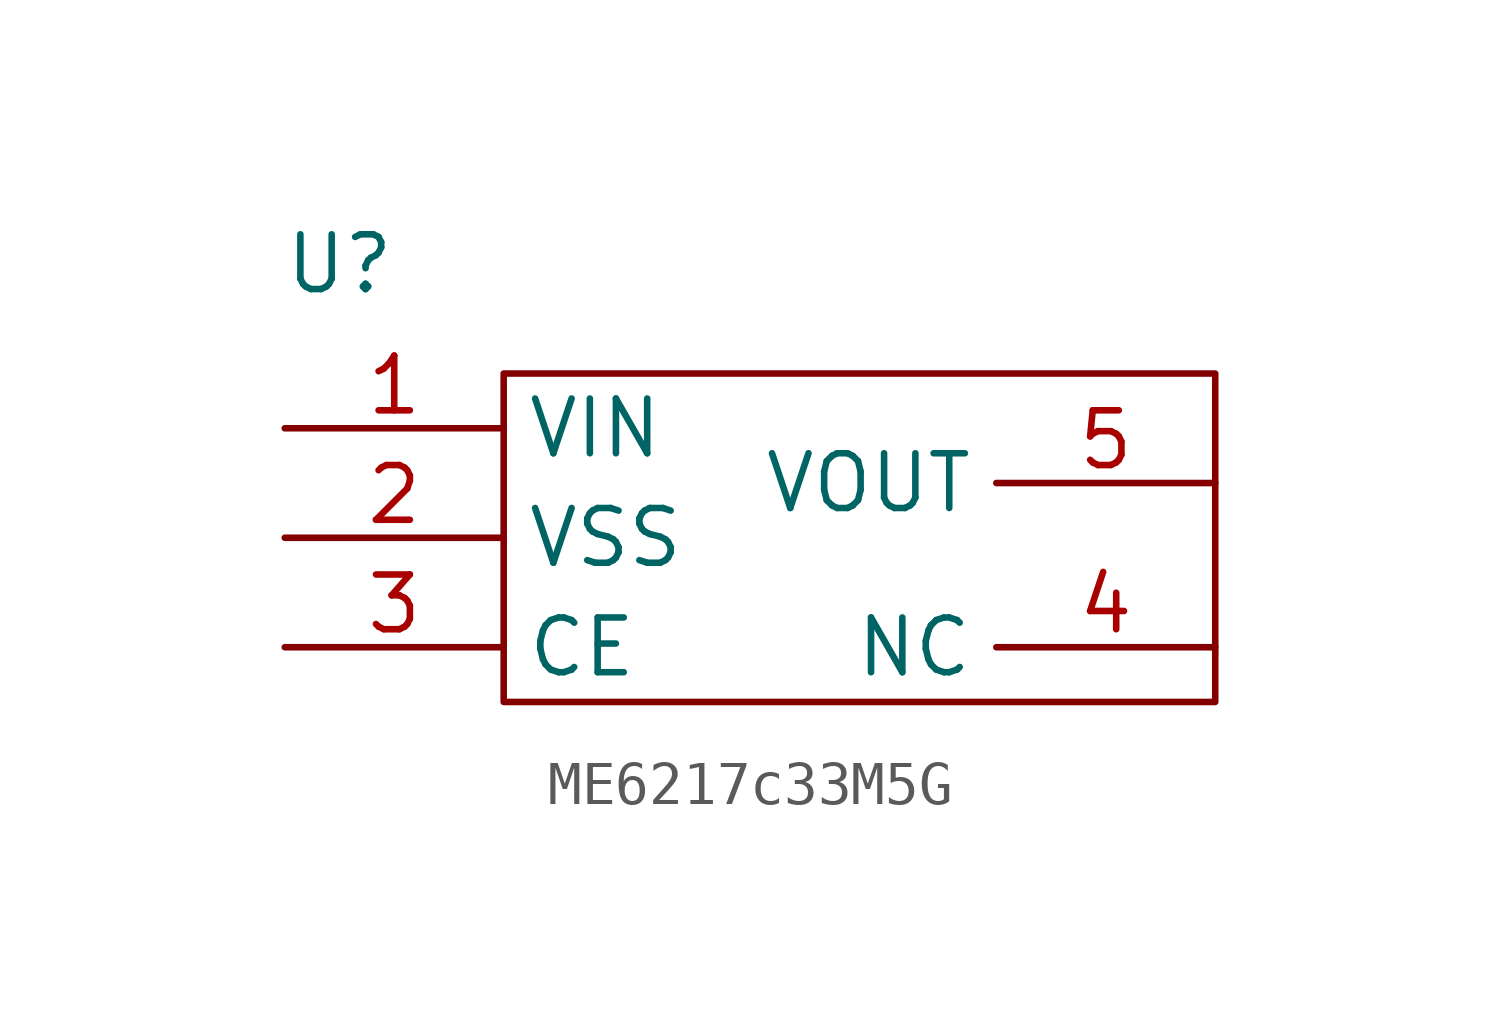
<source format=kicad_sym>
(kicad_symbol_lib
  (version 20241209)
  (generator "kicad_symbol_editor")
  (generator_version "9.0")
  (symbol "ME6217c33M5G"
    (property "Reference" "U"
      (at 0 0 0)
      (effects (font (size 1.27 1.27))))
    (property "Value" ""
      (at 0 0 0)
      (effects (font (size 1.27 1.27))))
    (symbol "ME6217c33M5G_0_1"
      (rectangle (start 3.81 -2.54) (end 20.32 -10.16) (stroke (width 0) (type default)) (fill (type none))))
    (symbol "ME6217c33M5G_1_1"
      (pin bidirectional line (at -1.27 -3.81 0) (length 5.08) (name "VIN" (effects (font (size 1.27 1.27)))) (number "1" (effects (font (size 1.27 1.27)))))
      (pin bidirectional line (at -1.27 -6.35 0) (length 5.08) (name "VSS" (effects (font (size 1.27 1.27)))) (number "2" (effects (font (size 1.27 1.27)))))
      (pin bidirectional line (at -1.27 -8.89 0) (length 5.08) (name "CE" (effects (font (size 1.27 1.27)))) (number "3" (effects (font (size 1.27 1.27)))))
      (pin bidirectional line (at 20.32 -5.08 180) (length 5.08) (name "VOUT" (effects (font (size 1.27 1.27)))) (number "5" (effects (font (size 1.27 1.27)))))
      (pin bidirectional line (at 20.32 -8.89 180) (length 5.08) (name "NC" (effects (font (size 1.27 1.27)))) (number "4" (effects (font (size 1.27 1.27))))))))
</source>
